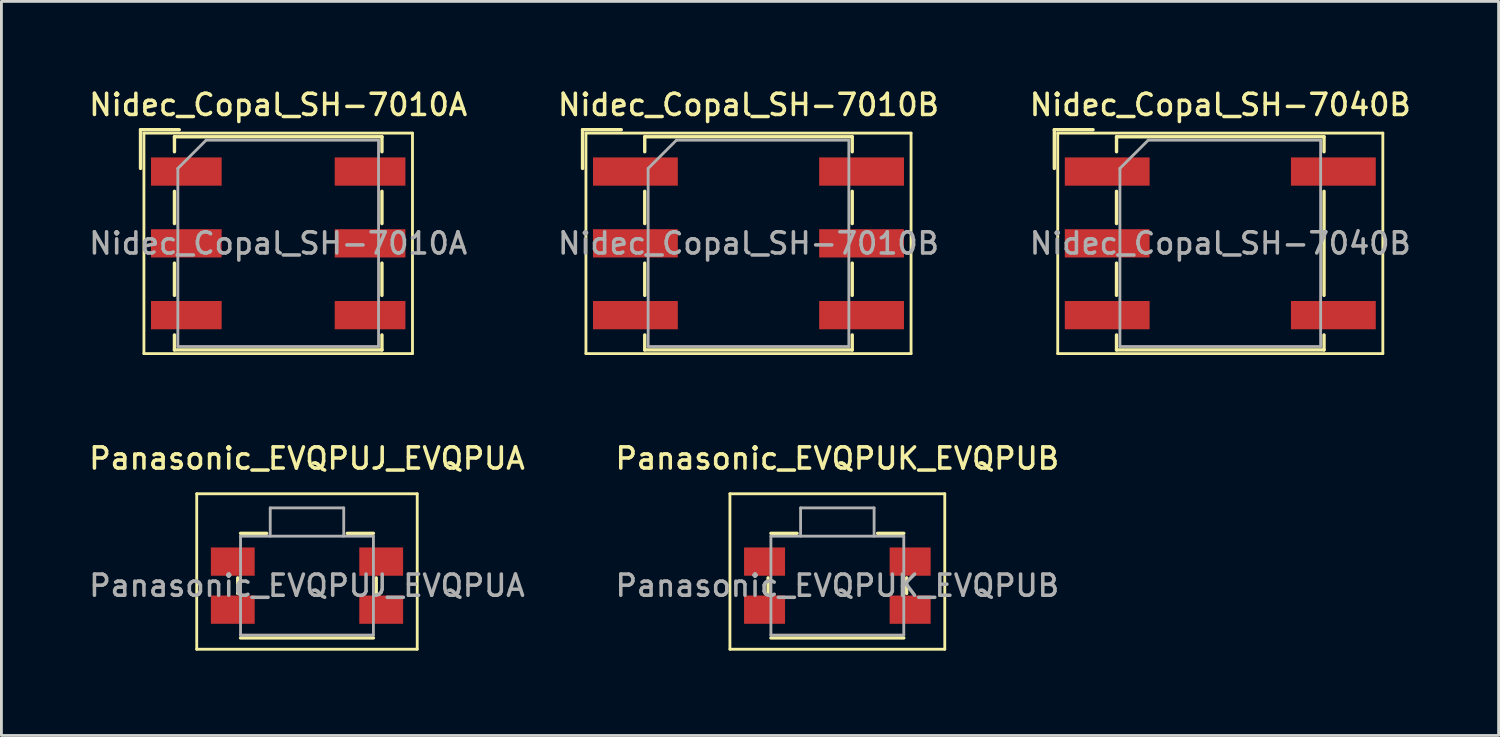
<source format=kicad_pcb>
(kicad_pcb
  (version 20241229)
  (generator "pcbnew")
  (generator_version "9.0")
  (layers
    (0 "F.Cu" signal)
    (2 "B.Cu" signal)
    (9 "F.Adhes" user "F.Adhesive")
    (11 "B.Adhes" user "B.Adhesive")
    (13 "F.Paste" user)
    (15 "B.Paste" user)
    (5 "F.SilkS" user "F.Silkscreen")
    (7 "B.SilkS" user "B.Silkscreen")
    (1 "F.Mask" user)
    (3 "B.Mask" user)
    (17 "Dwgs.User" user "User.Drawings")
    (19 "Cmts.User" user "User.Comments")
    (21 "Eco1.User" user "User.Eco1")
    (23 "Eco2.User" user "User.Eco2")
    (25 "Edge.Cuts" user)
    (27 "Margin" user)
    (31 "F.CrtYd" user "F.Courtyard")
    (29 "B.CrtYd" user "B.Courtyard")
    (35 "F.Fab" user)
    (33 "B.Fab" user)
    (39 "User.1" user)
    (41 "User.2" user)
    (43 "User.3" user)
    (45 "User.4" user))
  (footprint "Nidec_Copal_SH-7040B"
    (layer "F.Cu")
    (at 40.116 5.558)
    (property "Reference" "Nidec_Copal_SH-7040B" (at 0 -4.9 0) (layer "F.SilkS") (effects (font (size 0.75 0.75) (thickness 0.125))))
    (attr smd)
    (fp_line (start -5.87 -4.02) (end -4.5 -4.02) (stroke (width 0.12) (type solid)) (layer "F.SilkS"))
    (fp_line (start -5.87 -2.65) (end -5.87 -4.02) (stroke (width 0.12) (type solid)) (layer "F.SilkS"))
    (fp_line (start -5.75 -3.9) (end -5.75 3.9) (stroke (width 0.1) (type solid)) (layer "F.SilkS"))
    (fp_line (start -5.75 3.9) (end 5.75 3.9) (stroke (width 0.1) (type solid)) (layer "F.SilkS"))
    (fp_line (start -3.67 -3.77) (end 3.67 -3.77) (stroke (width 0.12) (type solid)) (layer "F.SilkS"))
    (fp_line (start -3.67 -3.24) (end -3.67 -3.77) (stroke (width 0.12) (type solid)) (layer "F.SilkS"))
    (fp_line (start -3.67 -1.84) (end -3.67 -0.7) (stroke (width 0.12) (type solid)) (layer "F.SilkS"))
    (fp_line (start -3.67 0.7) (end -3.67 1.84) (stroke (width 0.12) (type solid)) (layer "F.SilkS"))
    (fp_line (start -3.67 3.24) (end -3.67 3.77) (stroke (width 0.12) (type solid)) (layer "F.SilkS"))
    (fp_line (start -3.67 3.77) (end 3.67 3.77) (stroke (width 0.12) (type solid)) (layer "F.SilkS"))
    (fp_line (start 3.67 -3.77) (end 3.67 -3.24) (stroke (width 0.12) (type solid)) (layer "F.SilkS"))
    (fp_line (start 3.67 -1.84) (end 3.67 1.84) (stroke (width 0.12) (type solid)) (layer "F.SilkS"))
    (fp_line (start 3.67 3.77) (end 3.67 3.24) (stroke (width 0.12) (type solid)) (layer "F.SilkS"))
    (fp_line (start 5.75 -3.9) (end -5.75 -3.9) (stroke (width 0.1) (type solid)) (layer "F.SilkS"))
    (fp_line (start 5.75 3.9) (end 5.75 -3.9) (stroke (width 0.1) (type solid)) (layer "F.SilkS"))
    (fp_line (start -3.55 -2.65) (end -2.55 -3.65) (stroke (width 0.1) (type solid)) (layer "F.Fab"))
    (fp_line (start -3.55 3.65) (end -3.55 -2.65) (stroke (width 0.1) (type solid)) (layer "F.Fab"))
    (fp_line (start -2.55 -3.65) (end 3.55 -3.65) (stroke (width 0.1) (type solid)) (layer "F.Fab"))
    (fp_line (start 3.55 -3.65) (end 3.55 3.65) (stroke (width 0.1) (type solid)) (layer "F.Fab"))
    (fp_line (start 3.55 3.65) (end -3.55 3.65) (stroke (width 0.1) (type solid)) (layer "F.Fab"))
    (fp_text user "${REFERENCE}" (at 0 0 0) (layer "F.Fab") (effects (font (size 0.75 0.75) (thickness 0.125))))
    (pad "1" smd rect (at -4 -2.54) (size 3 1) (layers "F.Cu" "F.Mask" "F.Paste"))
    (pad "2" smd rect (at 4 2.54) (size 3 1) (layers "F.Cu" "F.Mask" "F.Paste"))
    (pad "4" smd rect (at -4 2.54) (size 3 1) (layers "F.Cu" "F.Mask" "F.Paste"))
    (pad "8" smd rect (at 4 -2.54) (size 3 1) (layers "F.Cu" "F.Mask" "F.Paste"))
    (pad "C" smd rect (at -4 0) (size 3 1) (layers "F.Cu" "F.Mask" "F.Paste")))
  (footprint "Nidec_Copal_SH-7010B"
    (layer "F.Cu")
    (at 23.427 5.558)
    (property "Reference" "Nidec_Copal_SH-7010B" (at 0 -4.9 0) (layer "F.SilkS") (effects (font (size 0.75 0.75) (thickness 0.125))))
    (attr smd)
    (fp_line (start -5.87 -4.02) (end -4.5 -4.02) (stroke (width 0.12) (type solid)) (layer "F.SilkS"))
    (fp_line (start -5.87 -2.65) (end -5.87 -4.02) (stroke (width 0.12) (type solid)) (layer "F.SilkS"))
    (fp_line (start -5.75 -3.9) (end -5.75 3.9) (stroke (width 0.1) (type solid)) (layer "F.SilkS"))
    (fp_line (start -5.75 3.9) (end 5.75 3.9) (stroke (width 0.1) (type solid)) (layer "F.SilkS"))
    (fp_line (start -3.67 -3.77) (end 3.67 -3.77) (stroke (width 0.12) (type solid)) (layer "F.SilkS"))
    (fp_line (start -3.67 -3.24) (end -3.67 -3.77) (stroke (width 0.12) (type solid)) (layer "F.SilkS"))
    (fp_line (start -3.67 -1.84) (end -3.67 -0.7) (stroke (width 0.12) (type solid)) (layer "F.SilkS"))
    (fp_line (start -3.67 0.7) (end -3.67 1.84) (stroke (width 0.12) (type solid)) (layer "F.SilkS"))
    (fp_line (start -3.67 3.24) (end -3.67 3.77) (stroke (width 0.12) (type solid)) (layer "F.SilkS"))
    (fp_line (start -3.67 3.77) (end 3.67 3.77) (stroke (width 0.12) (type solid)) (layer "F.SilkS"))
    (fp_line (start 3.67 -3.77) (end 3.67 -3.24) (stroke (width 0.12) (type solid)) (layer "F.SilkS"))
    (fp_line (start 3.67 -1.84) (end 3.67 -0.7) (stroke (width 0.12) (type solid)) (layer "F.SilkS"))
    (fp_line (start 3.67 0.7) (end 3.67 1.84) (stroke (width 0.12) (type solid)) (layer "F.SilkS"))
    (fp_line (start 3.67 3.77) (end 3.67 3.24) (stroke (width 0.12) (type solid)) (layer "F.SilkS"))
    (fp_line (start 5.75 -3.9) (end -5.75 -3.9) (stroke (width 0.1) (type solid)) (layer "F.SilkS"))
    (fp_line (start 5.75 3.9) (end 5.75 -3.9) (stroke (width 0.1) (type solid)) (layer "F.SilkS"))
    (fp_line (start -3.55 -2.65) (end -2.55 -3.65) (stroke (width 0.1) (type solid)) (layer "F.Fab"))
    (fp_line (start -3.55 3.65) (end -3.55 -2.65) (stroke (width 0.1) (type solid)) (layer "F.Fab"))
    (fp_line (start -2.55 -3.65) (end 3.55 -3.65) (stroke (width 0.1) (type solid)) (layer "F.Fab"))
    (fp_line (start 3.55 -3.65) (end 3.55 3.65) (stroke (width 0.1) (type solid)) (layer "F.Fab"))
    (fp_line (start 3.55 3.65) (end -3.55 3.65) (stroke (width 0.1) (type solid)) (layer "F.Fab"))
    (fp_text user "${REFERENCE}" (at 0 0 0) (layer "F.Fab") (effects (font (size 0.75 0.75) (thickness 0.125))))
    (pad "1" smd rect (at -4 -2.54) (size 3 1) (layers "F.Cu" "F.Mask" "F.Paste"))
    (pad "2" smd rect (at 4 2.54) (size 3 1) (layers "F.Cu" "F.Mask" "F.Paste"))
    (pad "4" smd rect (at -4 2.54) (size 3 1) (layers "F.Cu" "F.Mask" "F.Paste"))
    (pad "8" smd rect (at 4 -2.54) (size 3 1) (layers "F.Cu" "F.Mask" "F.Paste"))
    (pad "C" smd rect (at -4 0) (size 3 1) (layers "F.Cu" "F.Mask" "F.Paste"))
    (pad "C" smd rect (at 4 0) (size 3 1) (layers "F.Cu" "F.Mask" "F.Paste")))
  (footprint "Panasonic_EVQPUK_EVQPUB"
    (layer "F.Cu")
    (at 26.57 17.666)
    (property "Reference" "Panasonic_EVQPUK_EVQPUB" (at 0 -4.5 0) (layer "F.SilkS") (effects (font (size 0.75 0.75) (thickness 0.125))))
    (attr smd)
    (fp_line (start -3.8 2.25) (end -3.8 -3.25) (stroke (width 0.1) (type solid)) (layer "F.SilkS"))
    (fp_line (start -2.45 0.275) (end -2.45 -0.275) (stroke (width 0.12) (type solid)) (layer "F.SilkS"))
    (fp_line (start -1.425 -1.85) (end -2.35 -1.85) (stroke (width 0.12) (type solid)) (layer "F.SilkS"))
    (fp_line (start 2.35 -1.85) (end 1.425 -1.85) (stroke (width 0.12) (type solid)) (layer "F.SilkS"))
    (fp_line (start 2.35 1.85) (end -2.35 1.85) (stroke (width 0.12) (type solid)) (layer "F.SilkS"))
    (fp_line (start 2.45 0.275) (end 2.45 -0.275) (stroke (width 0.12) (type solid)) (layer "F.SilkS"))
    (fp_line (start 3.8 -3.25) (end -3.8 -3.25) (stroke (width 0.1) (type solid)) (layer "F.SilkS"))
    (fp_line (start 3.8 2.25) (end -3.8 2.25) (stroke (width 0.1) (type solid)) (layer "F.SilkS"))
    (fp_line (start 3.8 2.25) (end 3.8 -3.25) (stroke (width 0.1) (type solid)) (layer "F.SilkS"))
    (fp_line (start -2.35 1.75) (end -2.35 -1.75) (stroke (width 0.1) (type solid)) (layer "F.Fab"))
    (fp_line (start -1.3 -2.75) (end -1.3 -1.75) (stroke (width 0.1) (type solid)) (layer "F.Fab"))
    (fp_line (start 1.3 -2.75) (end -1.3 -2.75) (stroke (width 0.1) (type solid)) (layer "F.Fab"))
    (fp_line (start 1.3 -2.75) (end 1.3 -1.75) (stroke (width 0.1) (type solid)) (layer "F.Fab"))
    (fp_line (start 2.35 -1.75) (end -2.35 -1.75) (stroke (width 0.1) (type solid)) (layer "F.Fab"))
    (fp_line (start 2.35 1.75) (end -2.35 1.75) (stroke (width 0.1) (type solid)) (layer "F.Fab"))
    (fp_line (start 2.35 1.75) (end 2.35 -1.75) (stroke (width 0.1) (type solid)) (layer "F.Fab"))
    (fp_text user "${REFERENCE}" (at 0 0 0) (layer "F.Fab") (effects (font (size 0.75 0.75) (thickness 0.125))))
    (pad "1" smd rect (at -2.575 -0.85 180) (size 1.45 1) (layers "F.Cu" "F.Mask" "F.Paste"))
    (pad "1" smd rect (at 2.575 -0.85 180) (size 1.45 1) (layers "F.Cu" "F.Mask" "F.Paste"))
    (pad "2" smd rect (at -2.575 0.85 180) (size 1.45 1) (layers "F.Cu" "F.Mask" "F.Paste"))
    (pad "2" smd rect (at 2.575 0.85 180) (size 1.45 1) (layers "F.Cu" "F.Mask" "F.Paste")))
  (footprint "Nidec_Copal_SH-7010A"
    (layer "F.Cu")
    (at 6.791 5.558)
    (property "Reference" "Nidec_Copal_SH-7010A" (at 0 -4.9 0) (layer "F.SilkS") (effects (font (size 0.75 0.75) (thickness 0.125))))
    (attr smd)
    (fp_line (start -4.87 -4.02) (end -3.5 -4.02) (stroke (width 0.12) (type solid)) (layer "F.SilkS"))
    (fp_line (start -4.87 -2.65) (end -4.87 -4.02) (stroke (width 0.12) (type solid)) (layer "F.SilkS"))
    (fp_line (start -4.75 -3.9) (end -4.75 3.9) (stroke (width 0.1) (type solid)) (layer "F.SilkS"))
    (fp_line (start -4.75 3.9) (end 4.75 3.9) (stroke (width 0.1) (type solid)) (layer "F.SilkS"))
    (fp_line (start -3.67 -3.77) (end 3.67 -3.77) (stroke (width 0.12) (type solid)) (layer "F.SilkS"))
    (fp_line (start -3.67 -3.24) (end -3.67 -3.77) (stroke (width 0.12) (type solid)) (layer "F.SilkS"))
    (fp_line (start -3.67 -1.84) (end -3.67 -0.7) (stroke (width 0.12) (type solid)) (layer "F.SilkS"))
    (fp_line (start -3.67 0.7) (end -3.67 1.84) (stroke (width 0.12) (type solid)) (layer "F.SilkS"))
    (fp_line (start -3.67 3.24) (end -3.67 3.77) (stroke (width 0.12) (type solid)) (layer "F.SilkS"))
    (fp_line (start -3.67 3.77) (end 3.67 3.77) (stroke (width 0.12) (type solid)) (layer "F.SilkS"))
    (fp_line (start 3.67 -3.77) (end 3.67 -3.24) (stroke (width 0.12) (type solid)) (layer "F.SilkS"))
    (fp_line (start 3.67 -1.84) (end 3.67 -0.7) (stroke (width 0.12) (type solid)) (layer "F.SilkS"))
    (fp_line (start 3.67 0.7) (end 3.67 1.84) (stroke (width 0.12) (type solid)) (layer "F.SilkS"))
    (fp_line (start 3.67 3.77) (end 3.67 3.24) (stroke (width 0.12) (type solid)) (layer "F.SilkS"))
    (fp_line (start 4.75 -3.9) (end -4.75 -3.9) (stroke (width 0.1) (type solid)) (layer "F.SilkS"))
    (fp_line (start 4.75 3.9) (end 4.75 -3.9) (stroke (width 0.1) (type solid)) (layer "F.SilkS"))
    (fp_line (start -3.55 -2.65) (end -2.55 -3.65) (stroke (width 0.1) (type solid)) (layer "F.Fab"))
    (fp_line (start -3.55 3.65) (end -3.55 -2.65) (stroke (width 0.1) (type solid)) (layer "F.Fab"))
    (fp_line (start -2.55 -3.65) (end 3.55 -3.65) (stroke (width 0.1) (type solid)) (layer "F.Fab"))
    (fp_line (start 3.55 -3.65) (end 3.55 3.65) (stroke (width 0.1) (type solid)) (layer "F.Fab"))
    (fp_line (start 3.55 3.65) (end -3.55 3.65) (stroke (width 0.1) (type solid)) (layer "F.Fab"))
    (fp_text user "${REFERENCE}" (at 0 0 0) (layer "F.Fab") (effects (font (size 0.75 0.75) (thickness 0.125))))
    (pad "1" smd rect (at -3.25 -2.54) (size 2.5 1) (layers "F.Cu" "F.Mask" "F.Paste"))
    (pad "2" smd rect (at 3.25 2.54) (size 2.5 1) (layers "F.Cu" "F.Mask" "F.Paste"))
    (pad "4" smd rect (at -3.25 2.54) (size 2.5 1) (layers "F.Cu" "F.Mask" "F.Paste"))
    (pad "8" smd rect (at 3.25 -2.54) (size 2.5 1) (layers "F.Cu" "F.Mask" "F.Paste"))
    (pad "C" smd rect (at -3.25 0) (size 2.5 1) (layers "F.Cu" "F.Mask" "F.Paste"))
    (pad "C" smd rect (at 3.25 0) (size 2.5 1) (layers "F.Cu" "F.Mask" "F.Paste")))
  (footprint "Panasonic_EVQPUJ_EVQPUA"
    (layer "F.Cu")
    (at 7.809 17.666)
    (property "Reference" "Panasonic_EVQPUJ_EVQPUA" (at 0 -4.5 0) (layer "F.SilkS") (effects (font (size 0.75 0.75) (thickness 0.125))))
    (attr smd)
    (fp_line (start -3.9 2.25) (end -3.9 -3.25) (stroke (width 0.1) (type solid)) (layer "F.SilkS"))
    (fp_line (start -2.45 0.275) (end -2.45 -0.275) (stroke (width 0.12) (type solid)) (layer "F.SilkS"))
    (fp_line (start -1.425 -1.85) (end -2.35 -1.85) (stroke (width 0.12) (type solid)) (layer "F.SilkS"))
    (fp_line (start 2.35 -1.85) (end 1.425 -1.85) (stroke (width 0.12) (type solid)) (layer "F.SilkS"))
    (fp_line (start 2.35 1.85) (end -2.35 1.85) (stroke (width 0.12) (type solid)) (layer "F.SilkS"))
    (fp_line (start 2.45 0.275) (end 2.45 -0.275) (stroke (width 0.12) (type solid)) (layer "F.SilkS"))
    (fp_line (start 3.9 -3.25) (end -3.9 -3.25) (stroke (width 0.1) (type solid)) (layer "F.SilkS"))
    (fp_line (start 3.9 2.25) (end -3.9 2.25) (stroke (width 0.1) (type solid)) (layer "F.SilkS"))
    (fp_line (start 3.9 2.25) (end 3.9 -3.25) (stroke (width 0.1) (type solid)) (layer "F.SilkS"))
    (fp_line (start -2.35 1.75) (end -2.35 -1.75) (stroke (width 0.1) (type solid)) (layer "F.Fab"))
    (fp_line (start -1.3 -2.75) (end -1.3 -1.75) (stroke (width 0.1) (type solid)) (layer "F.Fab"))
    (fp_line (start 1.3 -2.75) (end -1.3 -2.75) (stroke (width 0.1) (type solid)) (layer "F.Fab"))
    (fp_line (start 1.3 -2.75) (end 1.3 -1.75) (stroke (width 0.1) (type solid)) (layer "F.Fab"))
    (fp_line (start 2.35 -1.75) (end -2.35 -1.75) (stroke (width 0.1) (type solid)) (layer "F.Fab"))
    (fp_line (start 2.35 1.75) (end -2.35 1.75) (stroke (width 0.1) (type solid)) (layer "F.Fab"))
    (fp_line (start 2.35 1.75) (end 2.35 -1.75) (stroke (width 0.1) (type solid)) (layer "F.Fab"))
    (fp_text user "${REFERENCE}" (at 0 0 0) (layer "F.Fab") (effects (font (size 0.75 0.75) (thickness 0.125))))
    (pad "1" smd rect (at -2.625 -0.85 180) (size 1.55 1) (layers "F.Cu" "F.Mask" "F.Paste"))
    (pad "1" smd rect (at 2.625 -0.85 180) (size 1.55 1) (layers "F.Cu" "F.Mask" "F.Paste"))
    (pad "2" smd rect (at -2.625 0.85 180) (size 1.55 1) (layers "F.Cu" "F.Mask" "F.Paste"))
    (pad "2" smd rect (at 2.625 0.85 180) (size 1.55 1) (layers "F.Cu" "F.Mask" "F.Paste")))
  (gr_rect
    (start -3 -3)
    (end 49.961 22.966)
    (stroke (width 0.1) (type default))
    (fill no)
    (layer "Edge.Cuts")))
</source>
